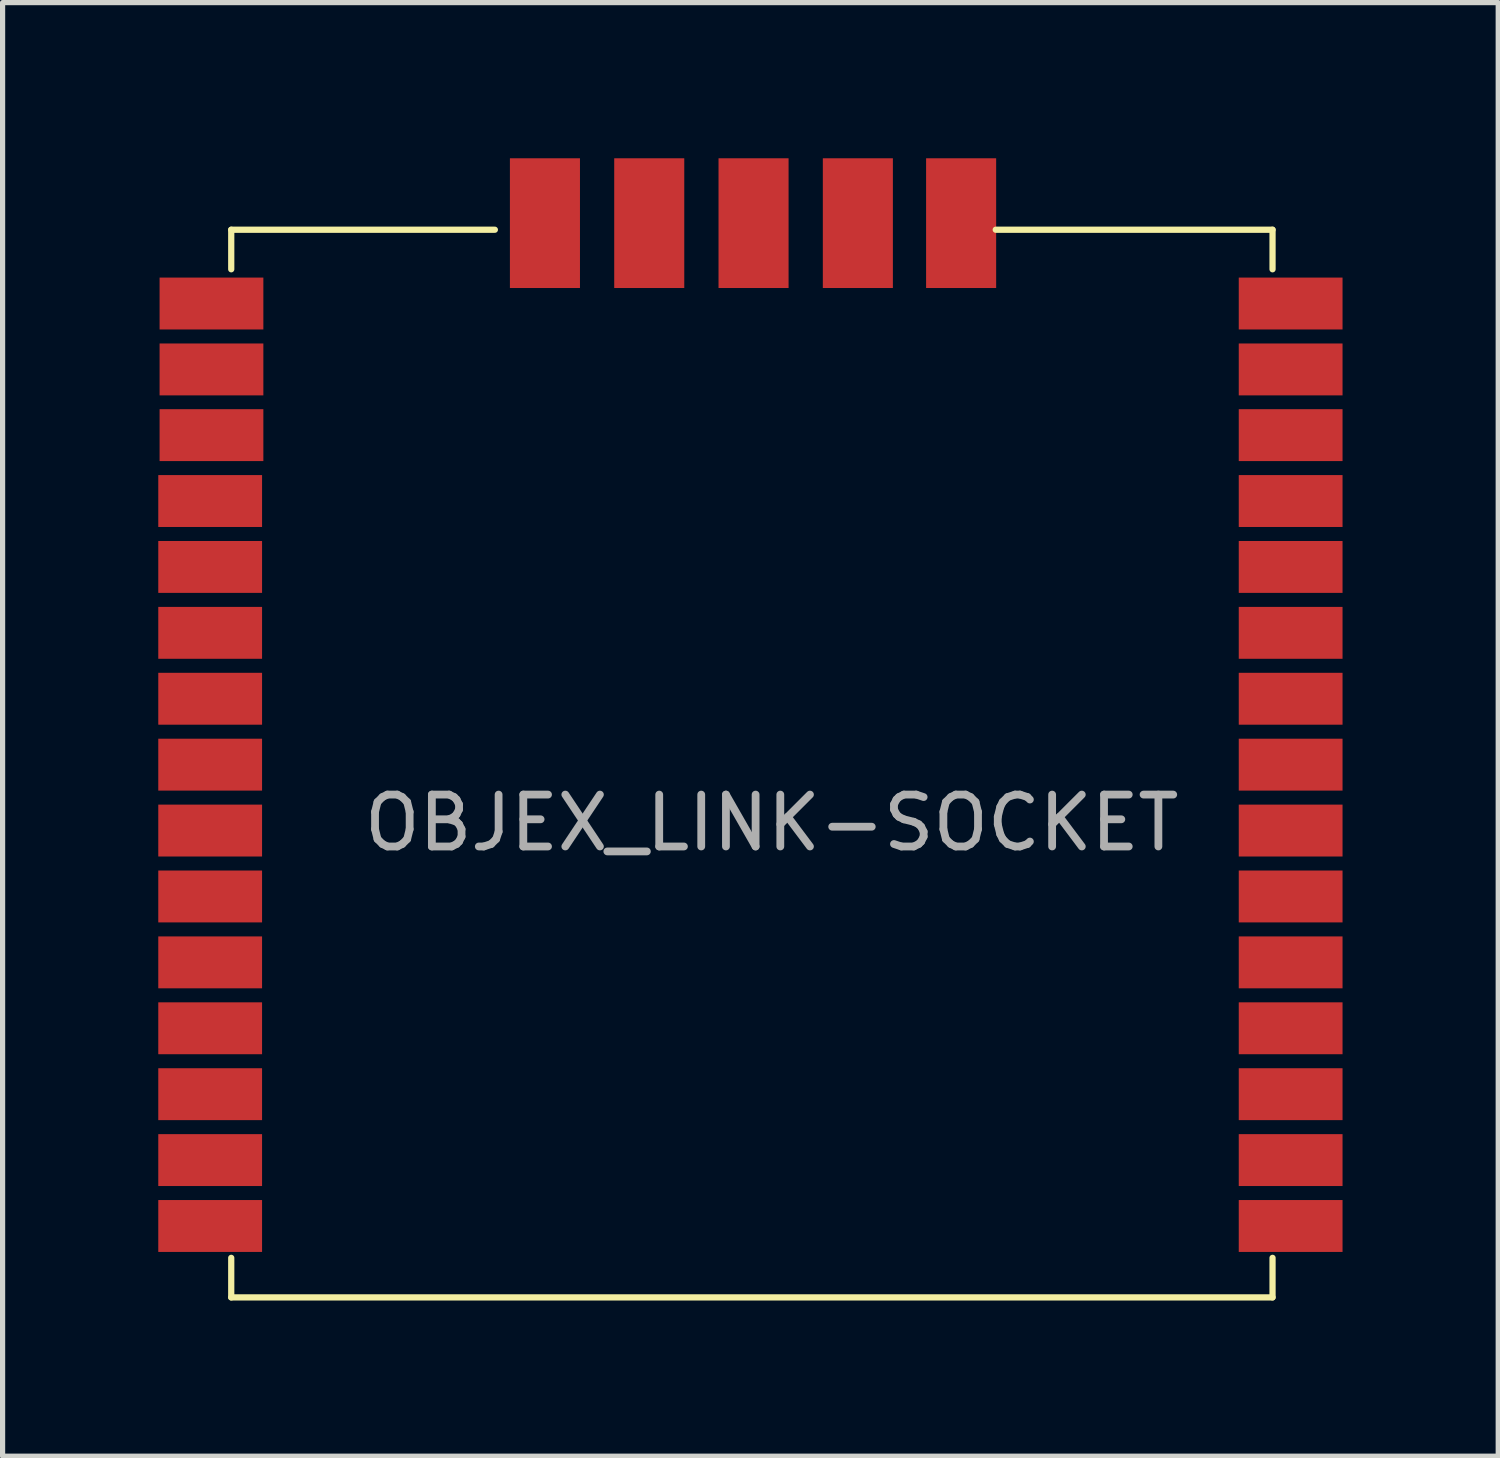
<source format=kicad_pcb>
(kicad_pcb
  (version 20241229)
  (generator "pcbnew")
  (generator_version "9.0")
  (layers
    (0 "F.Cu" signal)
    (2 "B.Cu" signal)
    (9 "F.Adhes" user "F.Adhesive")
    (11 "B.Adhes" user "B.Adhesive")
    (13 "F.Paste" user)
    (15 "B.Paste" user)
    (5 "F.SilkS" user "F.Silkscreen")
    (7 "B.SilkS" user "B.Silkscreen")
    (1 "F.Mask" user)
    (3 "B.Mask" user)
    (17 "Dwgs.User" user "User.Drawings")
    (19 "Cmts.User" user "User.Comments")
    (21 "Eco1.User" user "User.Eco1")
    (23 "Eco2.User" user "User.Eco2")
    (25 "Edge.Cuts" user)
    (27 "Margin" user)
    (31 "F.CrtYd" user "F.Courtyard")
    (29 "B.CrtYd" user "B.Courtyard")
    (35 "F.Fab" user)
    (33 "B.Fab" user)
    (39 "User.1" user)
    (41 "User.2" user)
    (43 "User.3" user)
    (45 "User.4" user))
  (footprint "OBJEX_LINK-SOCKET"
    (layer "F.Cu")
    (at 2.041 0.615)
    (property "Reference" "OBJEX_LINK-SOCKET" (at 9.779 12.192 0) (layer "F.Fab") (effects (font (size 1 1) (thickness 0.15))))
    (attr through_hole)
    (fp_line (start -0.635 0.762) (end 4.445 0.762) (stroke (width 0.12) (type solid)) (layer "F.SilkS"))
    (fp_line (start -0.635 1.524) (end -0.635 0.762) (stroke (width 0.12) (type solid)) (layer "F.SilkS"))
    (fp_line (start -0.635 21.336) (end -0.635 20.574) (stroke (width 0.12) (type solid)) (layer "F.SilkS"))
    (fp_line (start -0.635 21.336) (end 19.431 21.336) (stroke (width 0.12) (type solid)) (layer "F.SilkS"))
    (fp_line (start 19.431 0.762) (end 14.097 0.762) (stroke (width 0.12) (type solid)) (layer "F.SilkS"))
    (fp_line (start 19.431 0.762) (end 19.431 1.524) (stroke (width 0.12) (type solid)) (layer "F.SilkS"))
    (fp_line (start 19.431 21.336) (end 19.431 20.574) (stroke (width 0.12) (type solid)) (layer "F.SilkS"))
    (pad "1" smd rect (at -1.016 2.184) (size 2 1) (layers "F.Cu" "F.Mask" "F.Paste"))
    (pad "2" smd rect (at -1.016 3.454) (size 2 1) (layers "F.Cu" "F.Mask" "F.Paste"))
    (pad "3" smd rect (at -1.016 4.72) (size 2 1) (layers "F.Cu" "F.Mask" "F.Paste"))
    (pad "4" smd rect (at -1.041 5.99) (size 2 1) (layers "F.Cu" "F.Mask" "F.Paste"))
    (pad "5" smd rect (at -1.041 7.26) (size 2 1) (layers "F.Cu" "F.Mask" "F.Paste"))
    (pad "6" smd rect (at -1.041 8.53) (size 2 1) (layers "F.Cu" "F.Mask" "F.Paste"))
    (pad "7" smd rect (at -1.041 9.8) (size 2 1) (layers "F.Cu" "F.Mask" "F.Paste"))
    (pad "8" smd rect (at -1.041 11.07) (size 2 1) (layers "F.Cu" "F.Mask" "F.Paste"))
    (pad "9" smd rect (at -1.041 12.34) (size 2 1) (layers "F.Cu" "F.Mask" "F.Paste"))
    (pad "10" smd rect (at -1.041 13.61) (size 2 1) (layers "F.Cu" "F.Mask" "F.Paste"))
    (pad "11" smd rect (at -1.041 14.88) (size 2 1) (layers "F.Cu" "F.Mask" "F.Paste"))
    (pad "12" smd rect (at -1.041 16.15) (size 2 1) (layers "F.Cu" "F.Mask" "F.Paste"))
    (pad "13" smd rect (at -1.041 17.42) (size 2 1) (layers "F.Cu" "F.Mask" "F.Paste"))
    (pad "14" smd rect (at -1.041 18.69) (size 2 1) (layers "F.Cu" "F.Mask" "F.Paste"))
    (pad "15" smd rect (at -1.041 19.96) (size 2 1) (layers "F.Cu" "F.Mask" "F.Paste"))
    (pad "16" smd rect (at 19.78 19.96) (size 2 1) (layers "F.Cu" "F.Mask" "F.Paste"))
    (pad "17" smd rect (at 19.78 18.69) (size 2 1) (layers "F.Cu" "F.Mask" "F.Paste"))
    (pad "18" smd rect (at 19.78 17.42) (size 2 1) (layers "F.Cu" "F.Mask" "F.Paste"))
    (pad "19" smd rect (at 19.78 16.15) (size 2 1) (layers "F.Cu" "F.Mask" "F.Paste"))
    (pad "20" smd rect (at 19.78 14.88) (size 2 1) (layers "F.Cu" "F.Mask" "F.Paste"))
    (pad "21" smd rect (at 19.78 13.61) (size 2 1) (layers "F.Cu" "F.Mask" "F.Paste"))
    (pad "22" smd rect (at 19.78 12.34) (size 2 1) (layers "F.Cu" "F.Mask" "F.Paste"))
    (pad "23" smd rect (at 19.78 11.07) (size 2 1) (layers "F.Cu" "F.Mask" "F.Paste"))
    (pad "24" smd rect (at 19.78 9.8) (size 2 1) (layers "F.Cu" "F.Mask" "F.Paste"))
    (pad "25" smd rect (at 19.78 8.53) (size 2 1) (layers "F.Cu" "F.Mask" "F.Paste"))
    (pad "26" smd rect (at 19.78 7.26) (size 2 1) (layers "F.Cu" "F.Mask" "F.Paste"))
    (pad "27" smd rect (at 19.78 5.99) (size 2 1) (layers "F.Cu" "F.Mask" "F.Paste"))
    (pad "28" smd rect (at 19.78 4.72) (size 2 1) (layers "F.Cu" "F.Mask" "F.Paste"))
    (pad "29" smd rect (at 19.78 3.454) (size 2 1) (layers "F.Cu" "F.Mask" "F.Paste"))
    (pad "30" smd rect (at 19.78 2.184) (size 2 1) (layers "F.Cu" "F.Mask" "F.Paste"))
    (pad "31" smd rect (at 13.43 0.635 180) (size 1.35 2.5) (layers "F.Cu" "F.Mask" "F.Paste"))
    (pad "32" smd rect (at 11.44 0.635 180) (size 1.35 2.5) (layers "F.Cu" "F.Mask" "F.Paste"))
    (pad "33" smd rect (at 9.43 0.635 180) (size 1.35 2.5) (layers "F.Cu" "F.Mask" "F.Paste"))
    (pad "34" smd rect (at 7.42 0.635 180) (size 1.35 2.5) (layers "F.Cu" "F.Mask" "F.Paste"))
    (pad "35" smd rect (at 5.41 0.635 180) (size 1.35 2.5) (layers "F.Cu" "F.Mask" "F.Paste")))
  (gr_rect
    (start -3 -3)
    (end 25.821 25.011)
    (stroke (width 0.1) (type default))
    (fill no)
    (layer "Edge.Cuts")))
</source>
